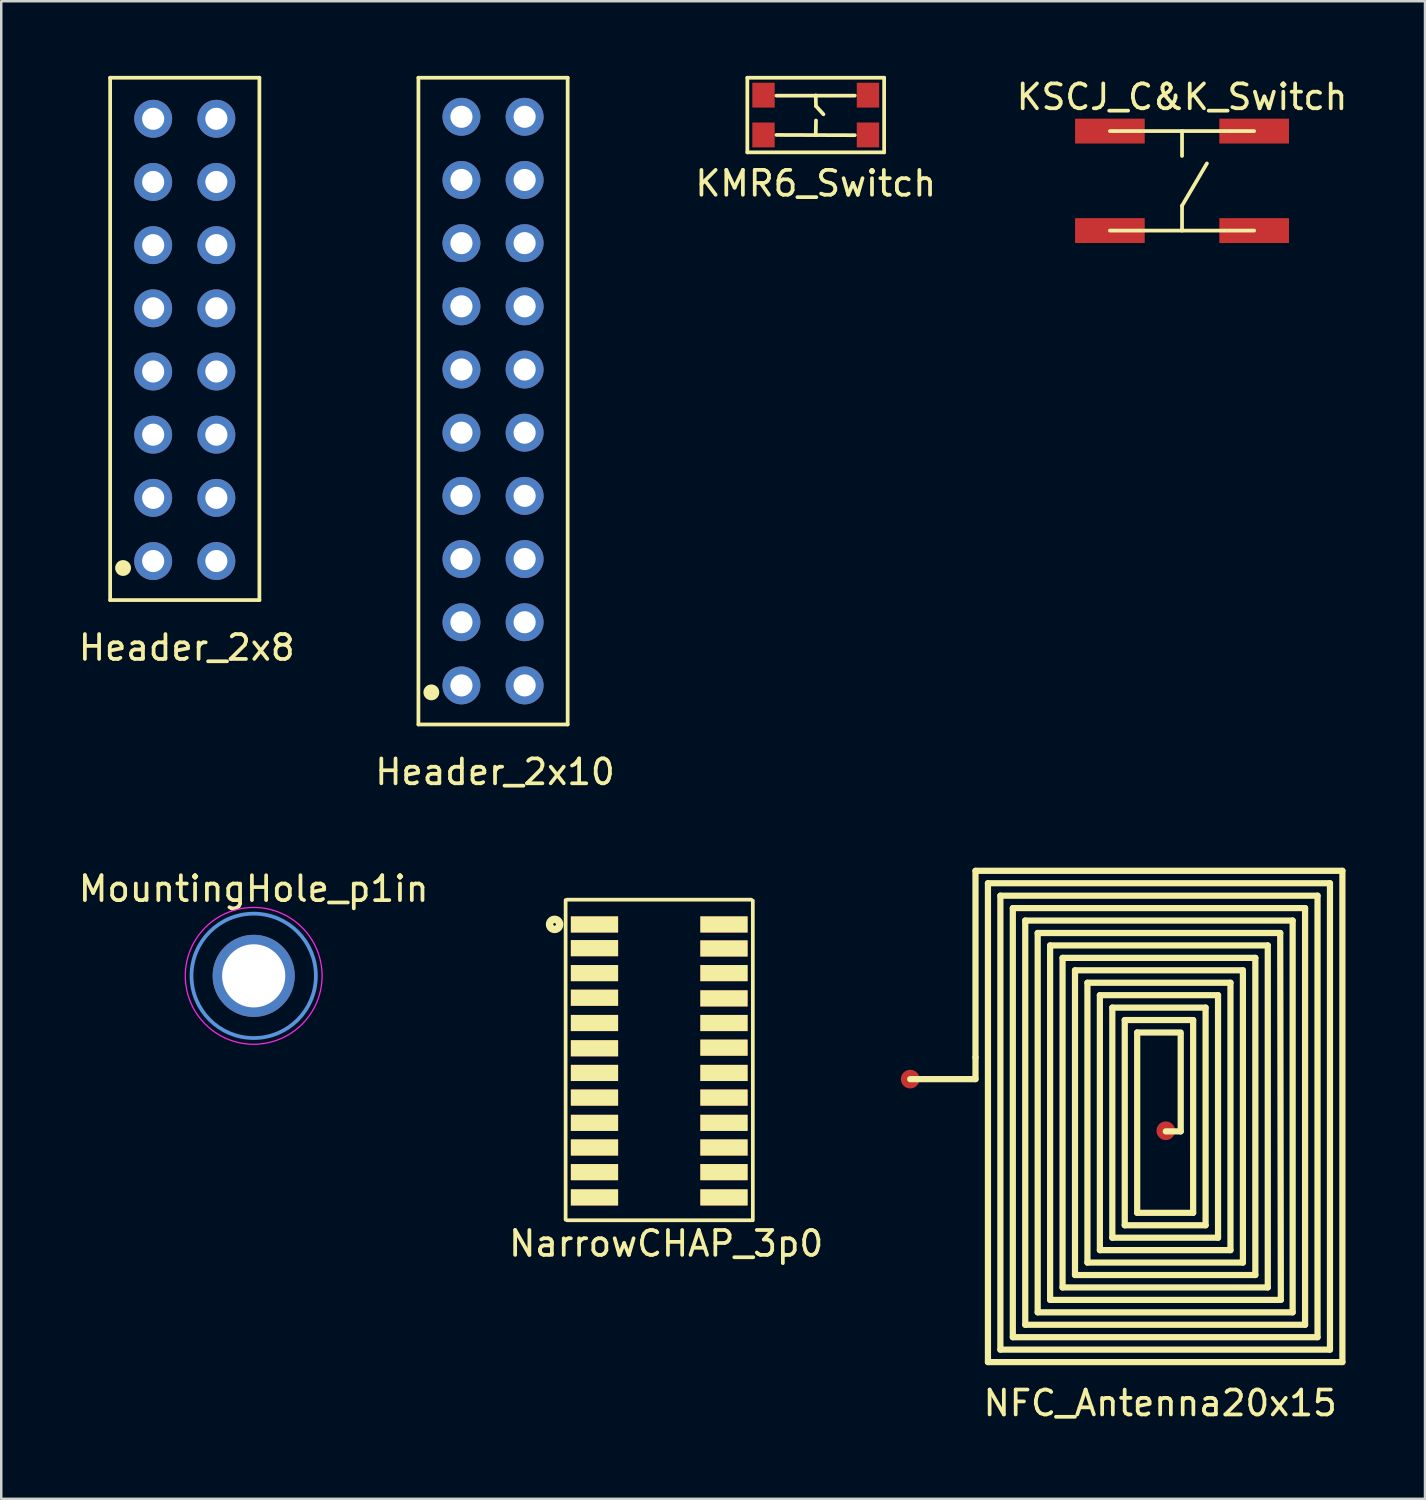
<source format=kicad_pcb>
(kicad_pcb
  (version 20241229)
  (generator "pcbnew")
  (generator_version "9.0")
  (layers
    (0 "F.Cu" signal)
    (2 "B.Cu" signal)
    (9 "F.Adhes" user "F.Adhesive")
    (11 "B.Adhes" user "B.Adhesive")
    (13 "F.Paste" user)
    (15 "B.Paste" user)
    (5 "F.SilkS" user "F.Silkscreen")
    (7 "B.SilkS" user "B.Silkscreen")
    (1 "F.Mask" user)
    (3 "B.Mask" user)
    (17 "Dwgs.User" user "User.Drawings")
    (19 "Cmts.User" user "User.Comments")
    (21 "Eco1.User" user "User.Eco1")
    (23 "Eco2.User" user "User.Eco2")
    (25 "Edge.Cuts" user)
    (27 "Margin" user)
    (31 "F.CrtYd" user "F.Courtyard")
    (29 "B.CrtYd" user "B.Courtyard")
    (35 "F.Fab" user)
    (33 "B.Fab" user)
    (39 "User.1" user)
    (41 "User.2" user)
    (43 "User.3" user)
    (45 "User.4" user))
  (footprint "Header_2x8"
    (layer "F.Cu")
    (at 4.378 10.615)
    (property "Reference" "Header_2x8" (at 0.08 12.37 0) (layer "F.SilkS") (effects (font (size 1 1) (thickness 0.15))))
    (attr through_hole)
    (fp_line (start -3 -10.54) (end 3 -10.54) (stroke (width 0.15) (type solid)) (layer "F.SilkS"))
    (fp_line (start -3 10.46) (end -3 -10.54) (stroke (width 0.15) (type solid)) (layer "F.SilkS"))
    (fp_line (start -3 10.46) (end 3 10.46) (stroke (width 0.15) (type solid)) (layer "F.SilkS"))
    (fp_line (start 3 -10.54) (end 3 10.46) (stroke (width 0.15) (type solid)) (layer "F.SilkS"))
    (fp_circle (center -2.49 9.19) (end -2.39 9.09) (stroke (width 0.15) (type solid)) (fill no) (layer "F.SilkS"))
    (fp_circle (center -2.48 9.17) (end -2.4 8.94) (stroke (width 0.15) (type solid)) (fill no) (layer "F.SilkS"))
    (fp_circle (center -2.48 9.18) (end -2.46 9.1) (stroke (width 0.15) (type solid)) (fill no) (layer "F.SilkS"))
    (fp_circle (center -2.48 9.18) (end -2.42 9.1) (stroke (width 0.15) (type solid)) (fill no) (layer "F.SilkS"))
    (pad "1" thru_hole circle (at -1.27 8.89) (size 1.524 1.524) (drill 0.889) (layers "*.Cu" "*.Mask"))
    (pad "2" thru_hole circle (at 1.27 8.89) (size 1.524 1.524) (drill 0.889) (layers "*.Cu" "*.Mask"))
    (pad "3" thru_hole circle (at -1.27 6.35) (size 1.524 1.524) (drill 0.889) (layers "*.Cu" "*.Mask"))
    (pad "4" thru_hole circle (at 1.27 6.35) (size 1.524 1.524) (drill 0.889) (layers "*.Cu" "*.Mask"))
    (pad "5" thru_hole circle (at -1.27 3.81) (size 1.524 1.524) (drill 0.889) (layers "*.Cu" "*.Mask"))
    (pad "6" thru_hole circle (at 1.27 3.81) (size 1.524 1.524) (drill 0.889) (layers "*.Cu" "*.Mask"))
    (pad "7" thru_hole circle (at -1.27 1.27) (size 1.524 1.524) (drill 0.889) (layers "*.Cu" "*.Mask"))
    (pad "8" thru_hole circle (at 1.27 1.27) (size 1.524 1.524) (drill 0.889) (layers "*.Cu" "*.Mask"))
    (pad "9" thru_hole circle (at -1.27 -1.27) (size 1.524 1.524) (drill 0.889) (layers "*.Cu" "*.Mask"))
    (pad "10" thru_hole circle (at 1.27 -1.27) (size 1.524 1.524) (drill 0.889) (layers "*.Cu" "*.Mask"))
    (pad "11" thru_hole circle (at -1.27 -3.81) (size 1.524 1.524) (drill 0.889) (layers "*.Cu" "*.Mask"))
    (pad "12" thru_hole circle (at 1.27 -3.81) (size 1.524 1.524) (drill 0.889) (layers "*.Cu" "*.Mask"))
    (pad "13" thru_hole circle (at -1.27 -6.35) (size 1.524 1.524) (drill 0.889) (layers "*.Cu" "*.Mask"))
    (pad "14" thru_hole circle (at 1.27 -6.35) (size 1.524 1.524) (drill 0.889) (layers "*.Cu" "*.Mask"))
    (pad "15" thru_hole circle (at -1.27 -8.89) (size 1.524 1.524) (drill 0.889) (layers "*.Cu" "*.Mask"))
    (pad "16" thru_hole circle (at 1.27 -8.89) (size 1.524 1.524) (drill 0.889) (layers "*.Cu" "*.Mask")))
  (footprint "NarrowCHAP_3p0"
    (layer "F.Cu")
    (at 23.452 32.083)
    (property "Reference" "NarrowCHAP_3p0" (at 0.28 14.86 0) (layer "F.SilkS") (effects (font (size 1 1) (thickness 0.15))))
    (attr through_hole)
    (fp_line (start -3.763 1.05) (end -3.763 13.9) (stroke (width 0.15) (type solid)) (layer "F.SilkS"))
    (fp_line (start -3.7 1.034) (end 3.7 1.034) (stroke (width 0.15) (type solid)) (layer "F.SilkS"))
    (fp_line (start -3.7 13.925) (end 3.7 13.925) (stroke (width 0.15) (type solid)) (layer "F.SilkS"))
    (fp_line (start 3.763 1.075) (end 3.763 13.925) (stroke (width 0.15) (type solid)) (layer "F.SilkS"))
    (fp_circle (center -4.206 2.029) (end -4.096 2.199) (stroke (width 0.3) (type solid)) (fill no) (layer "F.SilkS"))
    (pad "1" smd rect (at -2.603 2.032) (size 1.9 0.65) (layers "F.Cu" "F.Mask" "F.SilkS" "F.Paste"))
    (pad "2" smd rect (at -2.603 2.985) (size 1.9 0.65) (layers "F.Cu" "F.Mask" "F.SilkS" "F.Paste"))
    (pad "3" smd rect (at -2.603 3.988) (size 1.9 0.65) (layers "F.Cu" "F.Mask" "F.SilkS" "F.Paste"))
    (pad "4" smd rect (at -2.603 4.978) (size 1.9 0.65) (layers "F.Cu" "F.Mask" "F.SilkS" "F.Paste"))
    (pad "5" smd rect (at -2.603 5.994) (size 1.9 0.65) (layers "F.Cu" "F.Mask" "F.SilkS" "F.Paste"))
    (pad "6" smd rect (at -2.603 7.01) (size 1.9 0.65) (layers "F.Cu" "F.Mask" "F.SilkS" "F.Paste"))
    (pad "7" smd rect (at -2.603 8.001) (size 1.9 0.65) (layers "F.Cu" "F.Mask" "F.SilkS" "F.Paste"))
    (pad "8" smd rect (at -2.603 8.992) (size 1.9 0.65) (layers "F.Cu" "F.Mask" "F.SilkS" "F.Paste"))
    (pad "9" smd rect (at -2.603 10.008) (size 1.9 0.65) (layers "F.Cu" "F.Mask" "F.SilkS" "F.Paste"))
    (pad "10" smd rect (at -2.603 10.998) (size 1.9 0.65) (layers "F.Cu" "F.Mask" "F.SilkS" "F.Paste"))
    (pad "11" smd rect (at -2.603 11.989) (size 1.9 0.65) (layers "F.Cu" "F.Mask" "F.SilkS" "F.Paste"))
    (pad "12" smd rect (at -2.603 13.005) (size 1.9 0.65) (layers "F.Cu" "F.Mask" "F.SilkS" "F.Paste"))
    (pad "13" smd rect (at 2.603 13.005) (size 1.9 0.65) (layers "F.Cu" "F.Mask" "F.SilkS" "F.Paste"))
    (pad "14" smd rect (at 2.603 11.989) (size 1.9 0.65) (layers "F.Cu" "F.Mask" "F.SilkS" "F.Paste"))
    (pad "15" smd rect (at 2.603 10.998) (size 1.9 0.65) (layers "F.Cu" "F.Mask" "F.SilkS" "F.Paste"))
    (pad "16" smd rect (at 2.603 10.008) (size 1.9 0.65) (layers "F.Cu" "F.Mask" "F.SilkS" "F.Paste"))
    (pad "17" smd rect (at 2.603 8.992) (size 1.9 0.65) (layers "F.Cu" "F.Mask" "F.SilkS" "F.Paste"))
    (pad "18" smd rect (at 2.603 8.001) (size 1.9 0.65) (layers "F.Cu" "F.Mask" "F.SilkS" "F.Paste"))
    (pad "19" smd rect (at 2.603 6.985) (size 1.9 0.65) (layers "F.Cu" "F.Mask" "F.SilkS" "F.Paste"))
    (pad "20" smd rect (at 2.603 5.994) (size 1.9 0.65) (layers "F.Cu" "F.Mask" "F.SilkS" "F.Paste"))
    (pad "21" smd rect (at 2.603 5.004) (size 1.9 0.65) (layers "F.Cu" "F.Mask" "F.SilkS" "F.Paste"))
    (pad "22" smd rect (at 2.603 3.988) (size 1.9 0.65) (layers "F.Cu" "F.Mask" "F.SilkS" "F.Paste"))
    (pad "23" smd rect (at 2.603 2.997) (size 1.9 0.65) (layers "F.Cu" "F.Mask" "F.SilkS" "F.Paste"))
    (pad "24" smd rect (at 2.603 2.032) (size 1.9 0.65) (layers "F.Cu" "F.Mask" "F.SilkS" "F.Paste")))
  (footprint "MountingHole_p1in"
    (layer "F.Cu")
    (at 7.149 36.181)
    (property "Reference" "MountingHole_p1in" (at 0 -3.5 0) (layer "F.SilkS") (effects (font (size 1 1) (thickness 0.15))))
    (attr through_hole)
    (fp_circle (center 0 0) (end 2.5 0) (stroke (width 0.15) (type solid)) (fill no) (layer "Cmts.User"))
    (fp_circle (center 0 0) (end 2.75 0) (stroke (width 0.05) (type solid)) (fill no) (layer "F.CrtYd"))
    (pad "" thru_hole circle (at 0 0) (size 3.302 3.302) (drill 2.54) (layers "*.Cu" "*.Mask")))
  (footprint "Header_2x10"
    (layer "F.Cu")
    (at 16.771 13.075)
    (property "Reference" "Header_2x10" (at 0.08 14.91 0) (layer "F.SilkS") (effects (font (size 1 1) (thickness 0.15))))
    (attr through_hole)
    (fp_line (start -3 -13) (end -3 13) (stroke (width 0.15) (type solid)) (layer "F.SilkS"))
    (fp_line (start -3 13) (end 3 13) (stroke (width 0.15) (type solid)) (layer "F.SilkS"))
    (fp_line (start 3 -13) (end -3 -13) (stroke (width 0.15) (type solid)) (layer "F.SilkS"))
    (fp_line (start 3 13) (end 3 -13) (stroke (width 0.15) (type solid)) (layer "F.SilkS"))
    (fp_circle (center -2.49 11.73) (end -2.39 11.63) (stroke (width 0.15) (type solid)) (fill no) (layer "F.SilkS"))
    (fp_circle (center -2.48 11.71) (end -2.4 11.48) (stroke (width 0.15) (type solid)) (fill no) (layer "F.SilkS"))
    (fp_circle (center -2.48 11.72) (end -2.46 11.64) (stroke (width 0.15) (type solid)) (fill no) (layer "F.SilkS"))
    (fp_circle (center -2.48 11.72) (end -2.42 11.64) (stroke (width 0.15) (type solid)) (fill no) (layer "F.SilkS"))
    (pad "1" thru_hole circle (at -1.27 11.43) (size 1.524 1.524) (drill 0.889) (layers "*.Cu" "*.Mask"))
    (pad "2" thru_hole circle (at 1.27 11.43) (size 1.524 1.524) (drill 0.889) (layers "*.Cu" "*.Mask"))
    (pad "3" thru_hole circle (at -1.27 8.89) (size 1.524 1.524) (drill 0.889) (layers "*.Cu" "*.Mask"))
    (pad "4" thru_hole circle (at 1.27 8.89) (size 1.524 1.524) (drill 0.889) (layers "*.Cu" "*.Mask"))
    (pad "5" thru_hole circle (at -1.27 6.35) (size 1.524 1.524) (drill 0.889) (layers "*.Cu" "*.Mask"))
    (pad "6" thru_hole circle (at 1.27 6.35) (size 1.524 1.524) (drill 0.889) (layers "*.Cu" "*.Mask"))
    (pad "7" thru_hole circle (at -1.27 3.81) (size 1.524 1.524) (drill 0.889) (layers "*.Cu" "*.Mask"))
    (pad "8" thru_hole circle (at 1.27 3.81) (size 1.524 1.524) (drill 0.889) (layers "*.Cu" "*.Mask"))
    (pad "9" thru_hole circle (at -1.27 1.27) (size 1.524 1.524) (drill 0.889) (layers "*.Cu" "*.Mask"))
    (pad "10" thru_hole circle (at 1.27 1.27) (size 1.524 1.524) (drill 0.889) (layers "*.Cu" "*.Mask"))
    (pad "11" thru_hole circle (at -1.27 -1.27) (size 1.524 1.524) (drill 0.889) (layers "*.Cu" "*.Mask"))
    (pad "12" thru_hole circle (at 1.27 -1.27) (size 1.524 1.524) (drill 0.889) (layers "*.Cu" "*.Mask"))
    (pad "13" thru_hole circle (at -1.27 -3.81) (size 1.524 1.524) (drill 0.889) (layers "*.Cu" "*.Mask"))
    (pad "14" thru_hole circle (at 1.27 -3.81) (size 1.524 1.524) (drill 0.889) (layers "*.Cu" "*.Mask"))
    (pad "15" thru_hole circle (at -1.27 -6.35) (size 1.524 1.524) (drill 0.889) (layers "*.Cu" "*.Mask"))
    (pad "16" thru_hole circle (at 1.27 -6.35) (size 1.524 1.524) (drill 0.889) (layers "*.Cu" "*.Mask"))
    (pad "17" thru_hole circle (at -1.27 -8.89) (size 1.524 1.524) (drill 0.889) (layers "*.Cu" "*.Mask"))
    (pad "18" thru_hole circle (at 1.27 -8.89) (size 1.524 1.524) (drill 0.889) (layers "*.Cu" "*.Mask"))
    (pad "19" thru_hole circle (at -1.27 -11.43) (size 1.524 1.524) (drill 0.889) (layers "*.Cu" "*.Mask"))
    (pad "20" thru_hole circle (at 1.27 -11.43) (size 1.524 1.524) (drill 0.889) (layers "*.Cu" "*.Mask")))
  (footprint "KSCJ_C&K_Switch"
    (layer "F.Cu")
    (at 44.47 2.22)
    (property "Reference" "KSCJ_C&K_Switch" (at 0 -1.372 0) (layer "F.SilkS") (effects (font (size 1 1) (thickness 0.15))))
    (attr through_hole)
    (fp_line (start -2.9 0) (end 2.9 0) (stroke (width 0.15) (type solid)) (layer "F.SilkS"))
    (fp_line (start -2.9 4) (end 2.9 4) (stroke (width 0.15) (type solid)) (layer "F.SilkS"))
    (fp_line (start 0 0) (end 0 1) (stroke (width 0.15) (type solid)) (layer "F.SilkS"))
    (fp_line (start 0 3) (end 0 4) (stroke (width 0.15) (type solid)) (layer "F.SilkS"))
    (fp_line (start 0 3) (end 1 1.3) (stroke (width 0.15) (type solid)) (layer "F.SilkS"))
    (pad "1" smd rect (at -2.9 0) (size 2.8 1) (layers "F.Cu" "F.Mask" "F.Paste"))
    (pad "2" smd rect (at -2.9 4) (size 2.8 1) (layers "F.Cu" "F.Mask" "F.Paste"))
    (pad "3" smd rect (at 2.9 0) (size 2.8 1) (layers "F.Cu" "F.Mask" "F.Paste"))
    (pad "4" smd rect (at 2.9 4) (size 2.8 1) (layers "F.Cu" "F.Mask" "F.Paste")))
  (footprint "NFC_Antenna20x15"
    (layer "F.Cu")
    (at 43.542 41.833)
    (property "Reference" "NFC_Antenna20x15" (at 0.05 11.525 0) (layer "F.SilkS") (effects (font (size 1 1) (thickness 0.15))))
    (attr through_hole)
    (fp_line (start -10 -1.5) (end -7.375 -1.5) (stroke (width 0.25) (type solid)) (layer "F.SilkS"))
    (fp_line (start -7.375 -9.875) (end 7.375 -9.875) (stroke (width 0.25) (type solid)) (layer "F.SilkS"))
    (fp_line (start -7.375 -2.375) (end -7.375 -9.875) (stroke (width 0.25) (type solid)) (layer "F.SilkS"))
    (fp_line (start -7.375 -1.5) (end -7.375 -2.375) (stroke (width 0.25) (type solid)) (layer "F.SilkS"))
    (fp_line (start -6.875 -9.375) (end 6.875 -9.375) (stroke (width 0.25) (type solid)) (layer "F.SilkS"))
    (fp_line (start -6.875 9.875) (end -6.875 -9.375) (stroke (width 0.25) (type solid)) (layer "F.SilkS"))
    (fp_line (start -6.375 -8.875) (end 6.375 -8.875) (stroke (width 0.25) (type solid)) (layer "F.SilkS"))
    (fp_line (start -6.375 9.375) (end -6.375 -8.875) (stroke (width 0.25) (type solid)) (layer "F.SilkS"))
    (fp_line (start -5.875 -8.375) (end 5.875 -8.375) (stroke (width 0.25) (type solid)) (layer "F.SilkS"))
    (fp_line (start -5.875 8.875) (end -5.875 -8.375) (stroke (width 0.25) (type solid)) (layer "F.SilkS"))
    (fp_line (start -5.375 -7.875) (end 5.375 -7.875) (stroke (width 0.25) (type solid)) (layer "F.SilkS"))
    (fp_line (start -5.375 8.375) (end -5.375 -7.875) (stroke (width 0.25) (type solid)) (layer "F.SilkS"))
    (fp_line (start -4.875 -7.375) (end 4.875 -7.375) (stroke (width 0.25) (type solid)) (layer "F.SilkS"))
    (fp_line (start -4.875 7.875) (end -4.875 -7.375) (stroke (width 0.25) (type solid)) (layer "F.SilkS"))
    (fp_line (start -4.375 -6.875) (end 4.375 -6.875) (stroke (width 0.25) (type solid)) (layer "F.SilkS"))
    (fp_line (start -4.375 7.375) (end -4.375 -6.875) (stroke (width 0.25) (type solid)) (layer "F.SilkS"))
    (fp_line (start -3.875 -6.375) (end 3.875 -6.375) (stroke (width 0.25) (type solid)) (layer "F.SilkS"))
    (fp_line (start -3.875 6.875) (end -3.875 -6.375) (stroke (width 0.25) (type solid)) (layer "F.SilkS"))
    (fp_line (start -3.375 -5.875) (end 3.375 -5.875) (stroke (width 0.25) (type solid)) (layer "F.SilkS"))
    (fp_line (start -3.375 6.375) (end -3.375 -5.875) (stroke (width 0.25) (type solid)) (layer "F.SilkS"))
    (fp_line (start -2.875 -5.375) (end 2.875 -5.375) (stroke (width 0.25) (type solid)) (layer "F.SilkS"))
    (fp_line (start -2.875 5.875) (end -2.875 -5.375) (stroke (width 0.25) (type solid)) (layer "F.SilkS"))
    (fp_line (start -2.375 -4.875) (end 2.375 -4.875) (stroke (width 0.25) (type solid)) (layer "F.SilkS"))
    (fp_line (start -2.375 5.375) (end -2.375 -4.875) (stroke (width 0.25) (type solid)) (layer "F.SilkS"))
    (fp_line (start -1.875 -4.375) (end 1.875 -4.375) (stroke (width 0.25) (type solid)) (layer "F.SilkS"))
    (fp_line (start -1.875 4.875) (end -1.875 -4.375) (stroke (width 0.25) (type solid)) (layer "F.SilkS"))
    (fp_line (start -1.375 -3.875) (end 1.375 -3.875) (stroke (width 0.25) (type solid)) (layer "F.SilkS"))
    (fp_line (start -1.375 4.375) (end -1.375 -3.875) (stroke (width 0.25) (type solid)) (layer "F.SilkS"))
    (fp_line (start -0.875 -3.375) (end 0.875 -3.375) (stroke (width 0.25) (type solid)) (layer "F.SilkS"))
    (fp_line (start -0.875 3.875) (end -0.875 -3.375) (stroke (width 0.25) (type solid)) (layer "F.SilkS"))
    (fp_line (start 0.875 -3.3) (end 0.875 0.6) (stroke (width 0.25) (type solid)) (layer "F.SilkS"))
    (fp_line (start 0.875 0.6) (end 0.275 0.6) (stroke (width 0.25) (type solid)) (layer "F.SilkS"))
    (fp_line (start 1.375 -3.875) (end 1.375 3.875) (stroke (width 0.25) (type solid)) (layer "F.SilkS"))
    (fp_line (start 1.375 3.875) (end -0.875 3.875) (stroke (width 0.25) (type solid)) (layer "F.SilkS"))
    (fp_line (start 1.875 -4.375) (end 1.875 4.375) (stroke (width 0.25) (type solid)) (layer "F.SilkS"))
    (fp_line (start 1.875 4.375) (end -1.375 4.375) (stroke (width 0.25) (type solid)) (layer "F.SilkS"))
    (fp_line (start 2.375 -4.875) (end 2.375 4.875) (stroke (width 0.25) (type solid)) (layer "F.SilkS"))
    (fp_line (start 2.375 4.875) (end -1.875 4.875) (stroke (width 0.25) (type solid)) (layer "F.SilkS"))
    (fp_line (start 2.875 -5.375) (end 2.875 5.375) (stroke (width 0.25) (type solid)) (layer "F.SilkS"))
    (fp_line (start 2.875 5.375) (end -2.375 5.375) (stroke (width 0.25) (type solid)) (layer "F.SilkS"))
    (fp_line (start 3.375 -5.875) (end 3.375 5.875) (stroke (width 0.25) (type solid)) (layer "F.SilkS"))
    (fp_line (start 3.375 5.875) (end -2.875 5.875) (stroke (width 0.25) (type solid)) (layer "F.SilkS"))
    (fp_line (start 3.875 -6.375) (end 3.875 6.375) (stroke (width 0.25) (type solid)) (layer "F.SilkS"))
    (fp_line (start 3.875 6.375) (end -3.375 6.375) (stroke (width 0.25) (type solid)) (layer "F.SilkS"))
    (fp_line (start 4.375 -6.875) (end 4.375 6.875) (stroke (width 0.25) (type solid)) (layer "F.SilkS"))
    (fp_line (start 4.375 6.875) (end -3.875 6.875) (stroke (width 0.25) (type solid)) (layer "F.SilkS"))
    (fp_line (start 4.875 -7.375) (end 4.9 7.375) (stroke (width 0.25) (type solid)) (layer "F.SilkS"))
    (fp_line (start 4.9 7.375) (end -4.375 7.375) (stroke (width 0.25) (type solid)) (layer "F.SilkS"))
    (fp_line (start 5.375 -7.875) (end 5.375 7.875) (stroke (width 0.25) (type solid)) (layer "F.SilkS"))
    (fp_line (start 5.375 7.875) (end -4.875 7.875) (stroke (width 0.25) (type solid)) (layer "F.SilkS"))
    (fp_line (start 5.875 -8.375) (end 5.875 8.375) (stroke (width 0.25) (type solid)) (layer "F.SilkS"))
    (fp_line (start 5.875 8.375) (end -5.375 8.375) (stroke (width 0.25) (type solid)) (layer "F.SilkS"))
    (fp_line (start 6.375 -8.875) (end 6.375 8.875) (stroke (width 0.25) (type solid)) (layer "F.SilkS"))
    (fp_line (start 6.375 8.875) (end -5.875 8.875) (stroke (width 0.25) (type solid)) (layer "F.SilkS"))
    (fp_line (start 6.875 -9.375) (end 6.875 9.375) (stroke (width 0.25) (type solid)) (layer "F.SilkS"))
    (fp_line (start 6.875 9.375) (end -6.375 9.375) (stroke (width 0.25) (type solid)) (layer "F.SilkS"))
    (fp_line (start 7.375 -9.875) (end 7.375 9.875) (stroke (width 0.25) (type solid)) (layer "F.SilkS"))
    (fp_line (start 7.375 9.875) (end -6.875 9.875) (stroke (width 0.25) (type solid)) (layer "F.SilkS"))
    (pad "1" connect circle (at -10 -1.5) (size 0.75 0.75) (layers "F.Cu" "F.Mask"))
    (pad "2" connect circle (at 0.275 0.575) (size 0.75 0.75) (layers "F.Cu" "F.Mask")))
  (footprint "KMR6_Switch"
    (layer "F.Cu")
    (at 29.744 1.575)
    (property "Reference" "KMR6_Switch" (at 0 2.75 0) (layer "F.SilkS") (effects (font (size 1 1) (thickness 0.15))))
    (attr through_hole)
    (fp_line (start -2.75 -1.5) (end 2.75 -1.5) (stroke (width 0.15) (type solid)) (layer "F.SilkS"))
    (fp_line (start -2.75 1.5) (end -2.75 -1.5) (stroke (width 0.15) (type solid)) (layer "F.SilkS"))
    (fp_line (start -1.58 -0.78) (end 1.57 -0.78) (stroke (width 0.15) (type solid)) (layer "F.SilkS"))
    (fp_line (start -1.58 0.8) (end 1.57 0.81) (stroke (width 0.15) (type solid)) (layer "F.SilkS"))
    (fp_line (start 0 -0.79) (end 0.01 -0.36) (stroke (width 0.15) (type solid)) (layer "F.SilkS"))
    (fp_line (start 0 0.81) (end 0.01 0.22) (stroke (width 0.15) (type solid)) (layer "F.SilkS"))
    (fp_line (start 0.01 -0.36) (end 0.31 -0.03) (stroke (width 0.15) (type solid)) (layer "F.SilkS"))
    (fp_line (start 2.75 -1.5) (end 2.75 1.5) (stroke (width 0.15) (type solid)) (layer "F.SilkS"))
    (fp_line (start 2.75 1.5) (end -2.75 1.5) (stroke (width 0.15) (type solid)) (layer "F.SilkS"))
    (pad "1" smd rect (at -2.1 -0.8) (size 0.9 1) (layers "F.Cu" "F.Mask" "F.Paste"))
    (pad "2" smd rect (at -2.1 0.8) (size 0.9 1) (layers "F.Cu" "F.Mask" "F.Paste"))
    (pad "3" smd rect (at 2.1 -0.8) (size 0.9 1) (layers "F.Cu" "F.Mask" "F.Paste"))
    (pad "4" smd rect (at 2.1 0.8) (size 0.9 1) (layers "F.Cu" "F.Mask" "F.Paste")))
  (gr_rect
    (start -3 -3)
    (end 54.238 57.206)
    (stroke (width 0.1) (type default))
    (fill no)
    (layer "Edge.Cuts")))
</source>
